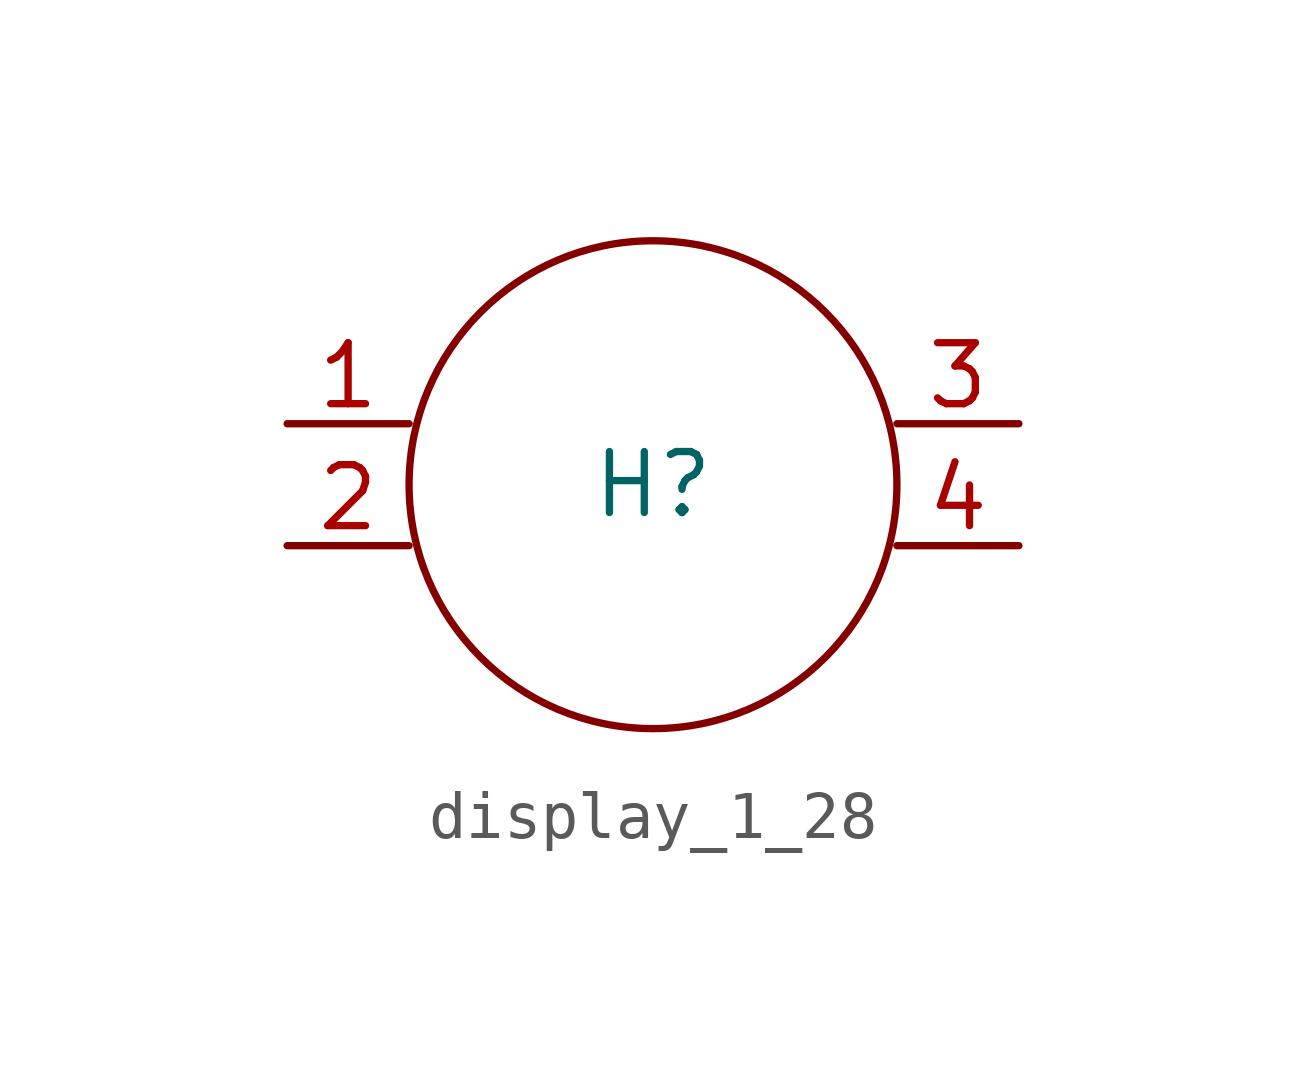
<source format=kicad_sym>
(kicad_symbol_lib
  (version 20220914)
  (generator kicad_symbol_editor)
  (symbol "display_1_28"
    (property "Reference" "H"
      (at 0 0 0)
      (effects (font (size 1.27 1.27))))
    (property "Value" ""
      (at 0 0 0)
      (effects (font (size 1.27 1.27))))
    (symbol "display_1_28_0_1"
      (circle (center 0 0) (radius 5.08) (stroke (width 0) (type default)) (fill (type none))))
    (symbol "display_1_28_1_1"
      (pin input line (at -7.62 1.27 0) (length 2.54) (name "" (effects (font (size 1.27 1.27)))) (number "1" (effects (font (size 1.27 1.27)))))
      (pin input line (at -7.62 -1.27 0) (length 2.54) (name "" (effects (font (size 1.27 1.27)))) (number "2" (effects (font (size 1.27 1.27)))))
      (pin input line (at 7.62 1.27 180) (length 2.54) (name "" (effects (font (size 1.27 1.27)))) (number "3" (effects (font (size 1.27 1.27)))))
      (pin input line (at 7.62 -1.27 180) (length 2.54) (name "" (effects (font (size 1.27 1.27)))) (number "4" (effects (font (size 1.27 1.27))))))))
</source>
